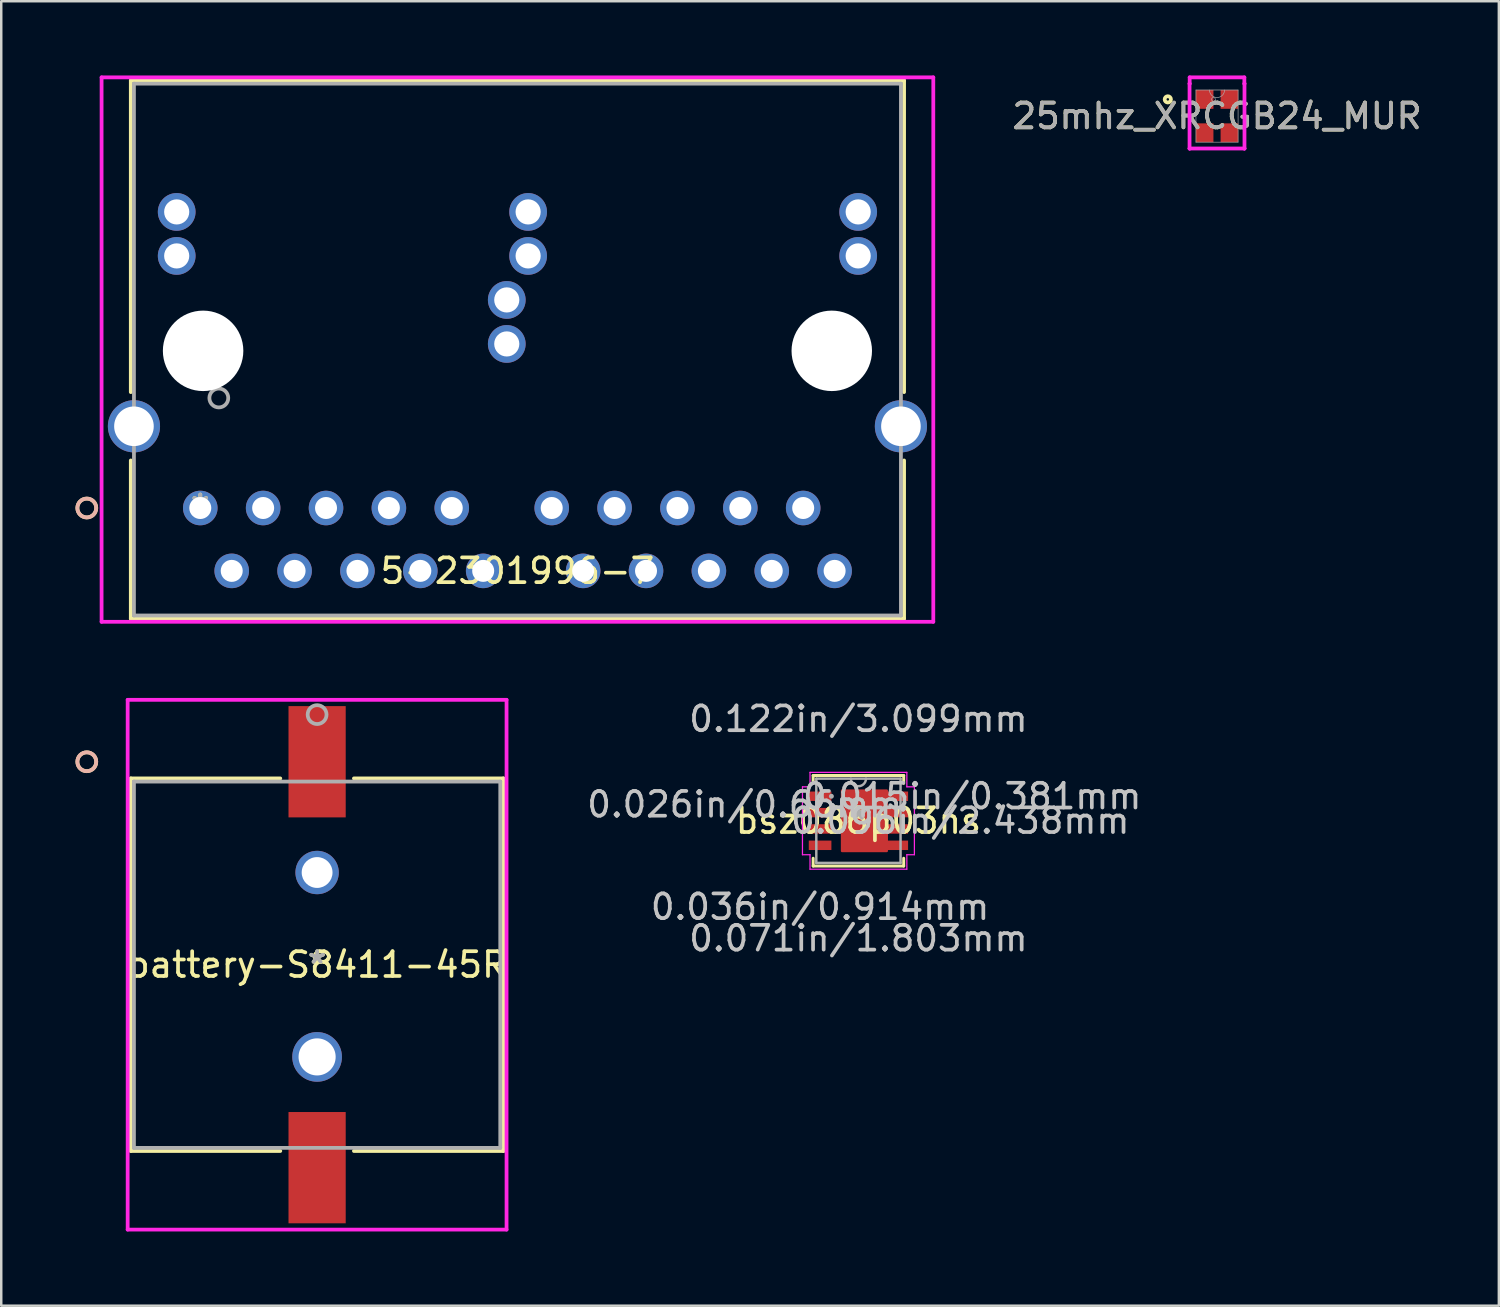
<source format=kicad_pcb>
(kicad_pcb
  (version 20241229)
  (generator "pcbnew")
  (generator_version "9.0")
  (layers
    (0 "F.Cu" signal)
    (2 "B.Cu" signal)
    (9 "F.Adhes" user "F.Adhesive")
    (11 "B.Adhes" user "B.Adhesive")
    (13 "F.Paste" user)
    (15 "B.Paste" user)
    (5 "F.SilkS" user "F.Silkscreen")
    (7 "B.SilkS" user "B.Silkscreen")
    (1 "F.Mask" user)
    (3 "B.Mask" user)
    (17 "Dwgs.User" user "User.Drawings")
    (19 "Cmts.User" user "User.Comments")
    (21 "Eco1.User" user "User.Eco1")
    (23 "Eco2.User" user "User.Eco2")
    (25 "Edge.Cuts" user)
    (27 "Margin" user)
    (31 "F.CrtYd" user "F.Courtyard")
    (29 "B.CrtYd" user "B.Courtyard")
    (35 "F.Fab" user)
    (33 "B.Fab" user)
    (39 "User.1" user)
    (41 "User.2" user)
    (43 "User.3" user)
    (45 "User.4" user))
  (footprint "battery-S8411-45R"
    (layer "F.Cu")
    (at 9.762 35.927)
    (property "Reference" "battery-S8411-45R" (at 0 0 0) (layer "F.SilkS") (effects (font (size 1 1) (thickness 0.15))))
    (attr through_hole)
    (fp_line (start -7.527 -7.527) (end -7.527 7.527) (stroke (width 0.152) (type solid)) (layer "F.SilkS"))
    (fp_line (start -7.527 7.527) (end -1.488 7.527) (stroke (width 0.152) (type solid)) (layer "F.SilkS"))
    (fp_line (start -1.488 -7.527) (end -7.527 -7.527) (stroke (width 0.152) (type solid)) (layer "F.SilkS"))
    (fp_line (start 1.488 7.527) (end 7.527 7.527) (stroke (width 0.152) (type solid)) (layer "F.SilkS"))
    (fp_line (start 7.527 -7.527) (end 1.488 -7.527) (stroke (width 0.152) (type solid)) (layer "F.SilkS"))
    (fp_line (start 7.527 7.527) (end 7.527 -7.527) (stroke (width 0.152) (type solid)) (layer "F.SilkS"))
    (fp_circle (center -9.305 -8.2) (end -8.924 -8.2) (stroke (width 0.152) (type solid)) (fill no) (layer "F.SilkS"))
    (fp_circle (center -9.305 -8.2) (end -8.924 -8.2) (stroke (width 0.152) (type solid)) (fill no) (layer "B.SilkS"))
    (fp_line (start -7.654 -10.702) (end -7.654 10.702) (stroke (width 0.152) (type solid)) (layer "F.CrtYd"))
    (fp_line (start -7.654 10.702) (end 7.654 10.702) (stroke (width 0.152) (type solid)) (layer "F.CrtYd"))
    (fp_line (start 7.654 -10.702) (end -7.654 -10.702) (stroke (width 0.152) (type solid)) (layer "F.CrtYd"))
    (fp_line (start 7.654 10.702) (end 7.654 -10.702) (stroke (width 0.152) (type solid)) (layer "F.CrtYd"))
    (fp_line (start -7.4 -7.4) (end -7.4 7.4) (stroke (width 0.152) (type solid)) (layer "F.Fab"))
    (fp_line (start -7.4 7.4) (end 7.4 7.4) (stroke (width 0.152) (type solid)) (layer "F.Fab"))
    (fp_line (start 7.4 -7.4) (end -7.4 -7.4) (stroke (width 0.152) (type solid)) (layer "F.Fab"))
    (fp_line (start 7.4 7.4) (end 7.4 -7.4) (stroke (width 0.152) (type solid)) (layer "F.Fab"))
    (fp_circle (center 0 -10.105) (end 0.381 -10.105) (stroke (width 0.152) (type solid)) (fill no) (layer "F.Fab"))
    (fp_text user "*" (at 0 0 0) (layer "F.SilkS") (effects (font (size 1 1) (thickness 0.15))))
    (fp_text user "Copyright 2016 Accelerated Designs. All rights reserved." (at 0 0 0) (layer "Cmts.User") (effects (font (size 0.127 0.127) (thickness 0.002))))
    (fp_text user "*" (at 0 0 0) (layer "F.Fab") (effects (font (size 1 1) (thickness 0.15))))
    (pad "1" smd rect (at 0 -8.2) (size 2.311 4.496) (layers "F.Cu" "F.Mask" "F.Paste"))
    (pad "2" smd rect (at 0 8.2) (size 2.311 4.496) (layers "F.Cu" "F.Mask" "F.Paste"))
    (pad "3" thru_hole circle (at 0 -3.725) (size 1.753 1.753) (drill 1.245) (layers "*.Cu" "*.Mask"))
    (pad "4" thru_hole circle (at 0 3.725) (size 2.007 2.007) (drill 1.499) (layers "*.Cu" "*.Mask")))
  (footprint "25mhz_XRCGB24_MUR"
    (layer "F.Cu")
    (at 46.121 1.64)
    (property "Reference" "25mhz_XRCGB24_MUR" (at 0 0 0) (unlocked yes) (layer "F.SilkS") (effects (font (size 1 1) (thickness 0.15))))
    (attr smd)
    (fp_circle (center -1.988 -0.675) (end -1.861 -0.675) (stroke (width 0.152) (type solid)) (fill no) (layer "F.SilkS"))
    (fp_line (start -1.11 -1.31) (end -1.105 -1.31) (stroke (width 0.152) (type solid)) (layer "F.CrtYd"))
    (fp_line (start -1.11 1.31) (end -1.11 -1.31) (stroke (width 0.152) (type solid)) (layer "F.CrtYd"))
    (fp_line (start -1.11 1.31) (end -1.105 1.31) (stroke (width 0.152) (type solid)) (layer "F.CrtYd"))
    (fp_line (start -1.105 -1.564) (end 1.105 -1.564) (stroke (width 0.152) (type solid)) (layer "F.CrtYd"))
    (fp_line (start -1.105 -1.31) (end -1.105 -1.564) (stroke (width 0.152) (type solid)) (layer "F.CrtYd"))
    (fp_line (start -1.105 1.31) (end -1.105 1.31) (stroke (width 0.152) (type solid)) (layer "F.CrtYd"))
    (fp_line (start 1.105 -1.564) (end 1.105 -1.31) (stroke (width 0.152) (type solid)) (layer "F.CrtYd"))
    (fp_line (start 1.105 1.31) (end -1.105 1.31) (stroke (width 0.152) (type solid)) (layer "F.CrtYd"))
    (fp_line (start 1.105 1.31) (end 1.105 1.31) (stroke (width 0.152) (type solid)) (layer "F.CrtYd"))
    (fp_line (start 1.11 -1.31) (end 1.105 -1.31) (stroke (width 0.152) (type solid)) (layer "F.CrtYd"))
    (fp_line (start 1.11 -1.31) (end 1.11 1.31) (stroke (width 0.152) (type solid)) (layer "F.CrtYd"))
    (fp_line (start 1.11 1.31) (end 1.105 1.31) (stroke (width 0.152) (type solid)) (layer "F.CrtYd"))
    (fp_line (start -0.851 -1.054) (end -0.851 1.054) (stroke (width 0.025) (type solid)) (layer "F.Fab"))
    (fp_line (start -0.851 1.054) (end 0.851 1.054) (stroke (width 0.025) (type solid)) (layer "F.Fab"))
    (fp_line (start 0.851 -1.054) (end -0.851 -1.054) (stroke (width 0.025) (type solid)) (layer "F.Fab"))
    (fp_line (start 0.851 1.054) (end 0.851 -1.054) (stroke (width 0.025) (type solid)) (layer "F.Fab"))
    (fp_arc (start 0.3048 -1.0541) (mid 0 -0.7493) (end -0.3048 -1.0541) (stroke (width 0.0254) (type solid)) (layer "F.Fab"))
    (fp_circle (center -0.144 -0.675) (end -0.068 -0.675) (stroke (width 0.025) (type solid)) (fill no) (layer "F.Fab"))
    (fp_text user "${REFERENCE}" (at 0 0 0) (unlocked yes) (layer "F.Fab") (effects (font (size 1 1) (thickness 0.15))))
    (pad "1" smd rect (at -0.5 -0.675) (size 0.711 0.762) (layers "F.Cu" "F.Mask" "F.Paste"))
    (pad "2" smd rect (at -0.5 0.675) (size 0.711 0.762) (layers "F.Cu" "F.Mask" "F.Paste"))
    (pad "3" smd rect (at 0.5 0.675) (size 0.711 0.762) (layers "F.Cu" "F.Mask" "F.Paste"))
    (pad "4" smd rect (at 0.5 -0.675) (size 0.711 0.762) (layers "F.Cu" "F.Mask" "F.Paste")))
  (footprint "5-2301996-7"
    (layer "F.Cu")
    (at 5.042 17.475)
    (property "Reference" "5-2301996-7" (at 12.814 2.54 0) (layer "F.SilkS") (effects (font (size 1 1) (thickness 0.15))))
    (attr through_hole)
    (fp_line (start -2.807 -17.272) (end -2.807 -4.683) (stroke (width 0.152) (type solid)) (layer "F.SilkS"))
    (fp_line (start -2.807 -1.921) (end -2.807 4.47) (stroke (width 0.152) (type solid)) (layer "F.SilkS"))
    (fp_line (start -2.807 4.47) (end 28.435 4.47) (stroke (width 0.152) (type solid)) (layer "F.SilkS"))
    (fp_line (start 28.435 -17.272) (end -2.807 -17.272) (stroke (width 0.152) (type solid)) (layer "F.SilkS"))
    (fp_line (start 28.435 -4.683) (end 28.435 -17.272) (stroke (width 0.152) (type solid)) (layer "F.SilkS"))
    (fp_line (start 28.435 4.47) (end 28.435 -1.921) (stroke (width 0.152) (type solid)) (layer "F.SilkS"))
    (fp_circle (center -4.585 0) (end -4.204 0) (stroke (width 0.152) (type solid)) (fill no) (layer "F.SilkS"))
    (fp_circle (center -4.585 0) (end -4.204 0) (stroke (width 0.152) (type solid)) (fill no) (layer "B.SilkS"))
    (fp_line (start -3.988 -17.399) (end -3.988 4.597) (stroke (width 0.152) (type solid)) (layer "F.CrtYd"))
    (fp_line (start -3.988 4.597) (end 29.616 4.597) (stroke (width 0.152) (type solid)) (layer "F.CrtYd"))
    (fp_line (start 29.616 -17.399) (end -3.988 -17.399) (stroke (width 0.152) (type solid)) (layer "F.CrtYd"))
    (fp_line (start 29.616 4.597) (end 29.616 -17.399) (stroke (width 0.152) (type solid)) (layer "F.CrtYd"))
    (fp_line (start -2.68 -17.145) (end -2.68 4.343) (stroke (width 0.152) (type solid)) (layer "F.Fab"))
    (fp_line (start -2.68 4.343) (end 28.308 4.343) (stroke (width 0.152) (type solid)) (layer "F.Fab"))
    (fp_line (start 28.308 -17.145) (end -2.68 -17.145) (stroke (width 0.152) (type solid)) (layer "F.Fab"))
    (fp_line (start 28.308 4.343) (end 28.308 -17.145) (stroke (width 0.152) (type solid)) (layer "F.Fab"))
    (fp_circle (center 0.749 -4.445) (end 1.13 -4.445) (stroke (width 0.152) (type solid)) (fill no) (layer "F.Fab"))
    (fp_text user "*" (at 0 0 0) (layer "F.SilkS") (effects (font (size 1 1) (thickness 0.15))))
    (fp_text user "Copyright 2016 Accelerated Designs. All rights reserved." (at 0 0 0) (layer "Cmts.User") (effects (font (size 0.127 0.127) (thickness 0.002))))
    (fp_text user "*" (at 0 0 0) (layer "F.Fab") (effects (font (size 1 1) (thickness 0.15))))
    (pad "" np_thru_hole circle (at 0.114 -6.35 90) (size 3.251 3.251) (drill 3.251) (layers "*.Cu" "*.Mask"))
    (pad "" np_thru_hole circle (at 25.514 -6.35 90) (size 3.251 3.251) (drill 3.251) (layers "*.Cu" "*.Mask"))
    (pad "29" thru_hole circle (at -2.68 -3.302 90) (size 2.108 2.108) (drill 1.6) (layers "*.Cu" "*.Mask"))
    (pad "30" thru_hole circle (at 28.308 -3.302 90) (size 2.108 2.108) (drill 1.6) (layers "*.Cu" "*.Mask"))
    (pad "P1" thru_hole circle (at 0 0) (size 1.397 1.397) (drill 0.889) (layers "*.Cu" "*.Mask"))
    (pad "P1_B" thru_hole circle (at 14.199 0) (size 1.397 1.397) (drill 0.889) (layers "*.Cu" "*.Mask"))
    (pad "P2" thru_hole circle (at 1.27 2.54) (size 1.397 1.397) (drill 0.889) (layers "*.Cu" "*.Mask"))
    (pad "P2_B" thru_hole circle (at 15.469 2.54) (size 1.397 1.397) (drill 0.889) (layers "*.Cu" "*.Mask"))
    (pad "P3" thru_hole circle (at 2.54 0) (size 1.397 1.397) (drill 0.889) (layers "*.Cu" "*.Mask"))
    (pad "P3_B" thru_hole circle (at 16.739 0) (size 1.397 1.397) (drill 0.889) (layers "*.Cu" "*.Mask"))
    (pad "P4" thru_hole circle (at 3.81 2.54) (size 1.397 1.397) (drill 0.889) (layers "*.Cu" "*.Mask"))
    (pad "P4_B" thru_hole circle (at 18.009 2.54) (size 1.397 1.397) (drill 0.889) (layers "*.Cu" "*.Mask"))
    (pad "P5" thru_hole circle (at 5.08 0) (size 1.397 1.397) (drill 0.889) (layers "*.Cu" "*.Mask"))
    (pad "P5_B" thru_hole circle (at 19.279 0) (size 1.397 1.397) (drill 0.889) (layers "*.Cu" "*.Mask"))
    (pad "P6" thru_hole circle (at 6.35 2.54) (size 1.397 1.397) (drill 0.889) (layers "*.Cu" "*.Mask"))
    (pad "P6_B" thru_hole circle (at 20.549 2.54) (size 1.397 1.397) (drill 0.889) (layers "*.Cu" "*.Mask"))
    (pad "P7" thru_hole circle (at 7.62 0) (size 1.397 1.397) (drill 0.889) (layers "*.Cu" "*.Mask"))
    (pad "P7_B" thru_hole circle (at 21.819 0) (size 1.397 1.397) (drill 0.889) (layers "*.Cu" "*.Mask"))
    (pad "P8" thru_hole circle (at 8.89 2.54) (size 1.397 1.397) (drill 0.889) (layers "*.Cu" "*.Mask"))
    (pad "P8_B" thru_hole circle (at 23.089 2.54) (size 1.397 1.397) (drill 0.889) (layers "*.Cu" "*.Mask"))
    (pad "P9" thru_hole circle (at 10.16 0) (size 1.397 1.397) (drill 0.889) (layers "*.Cu" "*.Mask"))
    (pad "P9_B" thru_hole circle (at 24.359 0) (size 1.397 1.397) (drill 0.889) (layers "*.Cu" "*.Mask"))
    (pad "P10" thru_hole circle (at 11.43 2.54) (size 1.397 1.397) (drill 0.889) (layers "*.Cu" "*.Mask"))
    (pad "P10_B" thru_hole circle (at 25.629 2.54) (size 1.397 1.397) (drill 0.889) (layers "*.Cu" "*.Mask"))
    (pad "P11" thru_hole circle (at -0.953 -10.185 90) (size 1.524 1.524) (drill 1.016) (layers "*.Cu" "*.Mask"))
    (pad "P11_B" thru_hole circle (at 13.246 -10.185) (size 1.524 1.524) (drill 1.016) (layers "*.Cu" "*.Mask"))
    (pad "P12" thru_hole circle (at -0.953 -11.963 90) (size 1.524 1.524) (drill 1.016) (layers "*.Cu" "*.Mask"))
    (pad "P12_B" thru_hole circle (at 13.246 -11.963) (size 1.524 1.524) (drill 1.016) (layers "*.Cu" "*.Mask"))
    (pad "P13" thru_hole circle (at 12.383 -6.629) (size 1.524 1.524) (drill 1.016) (layers "*.Cu" "*.Mask"))
    (pad "P13_B" thru_hole circle (at 26.581 -10.185 90) (size 1.524 1.524) (drill 1.016) (layers "*.Cu" "*.Mask"))
    (pad "P14" thru_hole circle (at 12.383 -8.407) (size 1.524 1.524) (drill 1.016) (layers "*.Cu" "*.Mask"))
    (pad "P14_B" thru_hole circle (at 26.581 -11.963 90) (size 1.524 1.524) (drill 1.016) (layers "*.Cu" "*.Mask")))
  (footprint "bsz086p03ns"
    (layer "F.Cu")
    (at 31.633 30.112)
    (property "Reference" "bsz086p03ns" (at 0 0 0) (layer "F.SilkS") (effects (font (size 1 1) (thickness 0.15))))
    (attr through_hole)
    (fp_poly (pts (xy 1.143 -1.219) (xy 1.143 1.219) (xy -0.66 1.219) (xy -0.66 -1.219)) (stroke (width 0.1) (type solid)) (fill yes) (layer "F.Cu"))
    (fp_line (start -1.829 -1.829) (end -1.829 -1.514) (stroke (width 0.12) (type solid)) (layer "F.SilkS"))
    (fp_line (start -1.829 1.514) (end -1.829 1.829) (stroke (width 0.12) (type solid)) (layer "F.SilkS"))
    (fp_line (start -1.829 1.829) (end 1.829 1.829) (stroke (width 0.12) (type solid)) (layer "F.SilkS"))
    (fp_line (start 1.829 -1.829) (end -1.829 -1.829) (stroke (width 0.12) (type solid)) (layer "F.SilkS"))
    (fp_line (start 1.829 -1.514) (end 1.829 -1.829) (stroke (width 0.12) (type solid)) (layer "F.SilkS"))
    (fp_line (start 1.829 1.829) (end 1.829 1.514) (stroke (width 0.12) (type solid)) (layer "F.SilkS"))
    (fp_line (start -2.261 -1.372) (end -1.956 -1.372) (stroke (width 0.05) (type solid)) (layer "F.CrtYd"))
    (fp_line (start -2.261 1.372) (end -2.261 -1.372) (stroke (width 0.05) (type solid)) (layer "F.CrtYd"))
    (fp_line (start -1.956 -1.956) (end 1.956 -1.956) (stroke (width 0.05) (type solid)) (layer "F.CrtYd"))
    (fp_line (start -1.956 -1.372) (end -1.956 -1.956) (stroke (width 0.05) (type solid)) (layer "F.CrtYd"))
    (fp_line (start -1.956 1.372) (end -2.261 1.372) (stroke (width 0.05) (type solid)) (layer "F.CrtYd"))
    (fp_line (start -1.956 1.956) (end -1.956 1.372) (stroke (width 0.05) (type solid)) (layer "F.CrtYd"))
    (fp_line (start 1.956 -1.956) (end 1.956 -1.372) (stroke (width 0.05) (type solid)) (layer "F.CrtYd"))
    (fp_line (start 1.956 -1.372) (end 2.261 -1.372) (stroke (width 0.05) (type solid)) (layer "F.CrtYd"))
    (fp_line (start 1.956 1.372) (end 1.956 1.956) (stroke (width 0.05) (type solid)) (layer "F.CrtYd"))
    (fp_line (start 1.956 1.956) (end -1.956 1.956) (stroke (width 0.05) (type solid)) (layer "F.CrtYd"))
    (fp_line (start 2.261 -1.372) (end 2.261 1.372) (stroke (width 0.05) (type solid)) (layer "F.CrtYd"))
    (fp_line (start 2.261 1.372) (end 1.956 1.372) (stroke (width 0.05) (type solid)) (layer "F.CrtYd"))
    (fp_line (start -1.702 -1.702) (end -1.702 1.702) (stroke (width 0.1) (type solid)) (layer "F.Fab"))
    (fp_line (start -1.702 1.702) (end 1.702 1.702) (stroke (width 0.1) (type solid)) (layer "F.Fab"))
    (fp_line (start 1.702 -1.702) (end -1.702 -1.702) (stroke (width 0.1) (type solid)) (layer "F.Fab"))
    (fp_line (start 1.702 1.702) (end 1.702 -1.702) (stroke (width 0.1) (type solid)) (layer "F.Fab"))
    (fp_arc (start 0.3048 -1.7018) (mid 0 -1.397) (end -0.3048 -1.7018) (stroke (width 0.1) (type solid)) (layer "F.Fab"))
    (fp_circle (center -1.092 -0.991) (end -1.092 -0.991) (stroke (width 0.1) (type solid)) (fill no) (layer "F.Fab"))
    (fp_text user "*" (at 0 0 0) (layer "F.SilkS") (effects (font (size 1 1) (thickness 0.15))))
    (fp_text user "0.071in/1.803mm" (at 0 4.75 0) (layer "Dwgs.User") (effects (font (size 1 1) (thickness 0.15))))
    (fp_text user "0.036in/0.914mm" (at -1.549 3.48 0) (layer "Dwgs.User") (effects (font (size 1 1) (thickness 0.15))))
    (fp_text user "0.015in/0.381mm" (at 4.597 -0.991 0) (layer "Dwgs.User") (effects (font (size 1 1) (thickness 0.15))))
    (fp_text user "0.122in/3.099mm" (at 0 -4.115 0) (layer "Dwgs.User") (effects (font (size 1 1) (thickness 0.15))))
    (fp_text user "0.096in/2.438mm" (at 4.115 0 0) (layer "Dwgs.User") (effects (font (size 1 1) (thickness 0.15))))
    (fp_text user "0.026in/0.66mm" (at -4.597 -0.66 0) (layer "Dwgs.User") (effects (font (size 1 1) (thickness 0.15))))
    (fp_text user "Copyright 2021 Accelerated Designs. All rights reserved." (at 0 0 0) (layer "Cmts.User") (effects (font (size 0.127 0.127) (thickness 0.002))))
    (fp_text user "*" (at 0 0 0) (layer "F.Fab") (effects (font (size 1 1) (thickness 0.15))))
    (pad "1" smd rect (at -1.549 -0.991) (size 0.914 0.381) (layers "F.Cu" "F.Mask" "F.Paste"))
    (pad "2" smd rect (at -1.549 -0.33) (size 0.914 0.381) (layers "F.Cu" "F.Mask" "F.Paste"))
    (pad "3" smd rect (at -1.549 0.33) (size 0.914 0.381) (layers "F.Cu" "F.Mask" "F.Paste"))
    (pad "4" smd rect (at -1.549 0.991) (size 0.914 0.381) (layers "F.Cu" "F.Mask" "F.Paste"))
    (pad "5" smd rect (at 1.549 0.991) (size 0.914 0.381) (layers "F.Cu" "F.Mask" "F.Paste"))
    (pad "6" smd rect (at 1.549 0.33) (size 0.914 0.381) (layers "F.Cu" "F.Mask" "F.Paste"))
    (pad "7" smd rect (at 1.549 -0.33) (size 0.914 0.381) (layers "F.Cu" "F.Mask" "F.Paste"))
    (pad "8" smd rect (at 1.549 -0.991) (size 0.914 0.381) (layers "F.Cu" "F.Mask" "F.Paste")))
  (gr_rect
    (start -3 -3)
    (end 57.508 49.705)
    (stroke (width 0.1) (type default))
    (fill no)
    (layer "Edge.Cuts")))
</source>
